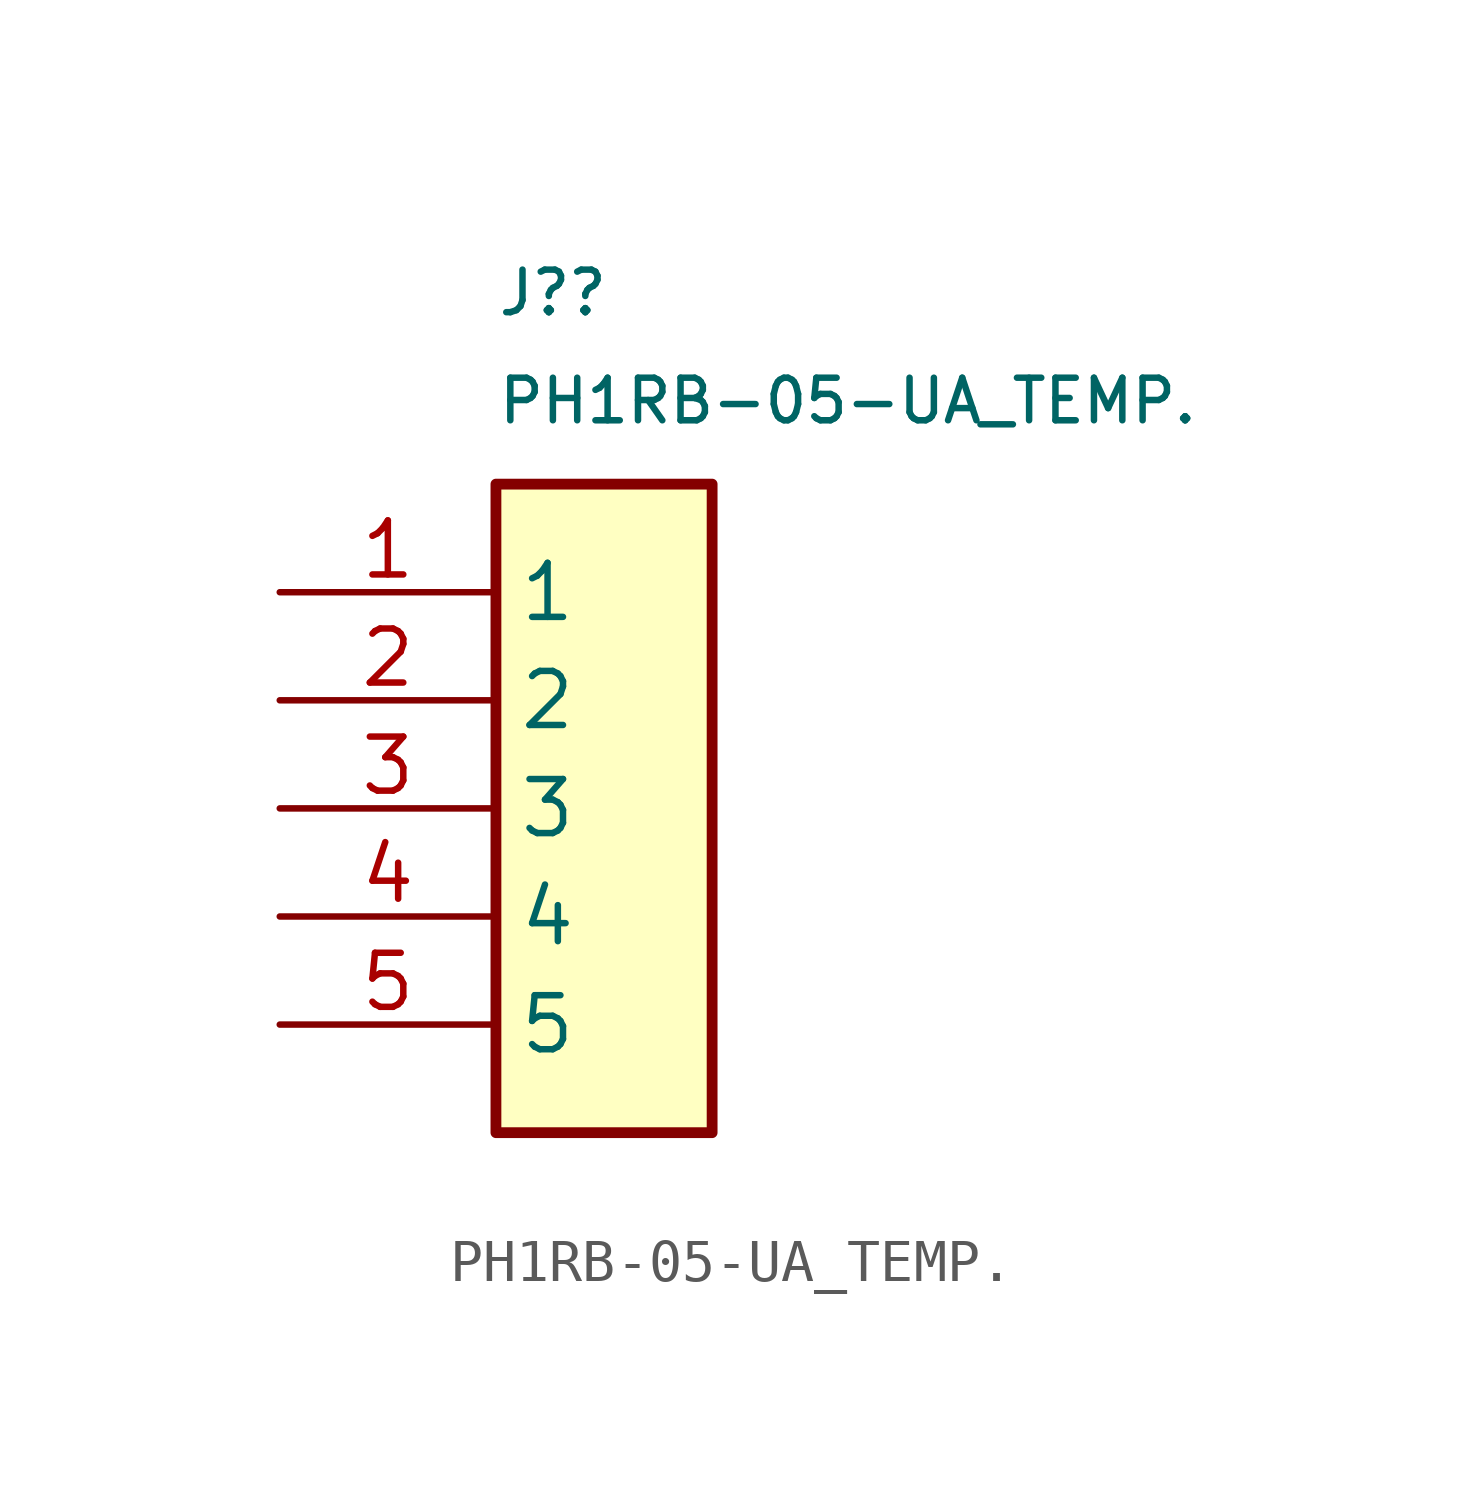
<source format=kicad_sym>
(kicad_symbol_lib
  (version 20220914)
  (generator kicad_symbol_editor)
  (symbol "PH1RB-05-UA_TEMP."
    (property "Reference" "J?"
      (at 5.08 7.62 0)
      (effects (font (size 1 1)) (justify left top)))
    (property "Value" "PH1RB-05-UA_TEMP."
      (at 5.08 5.08 0)
      (effects (font (size 1 1)) (justify left top)))
    (symbol "PH1RB-05-UA_TEMP._1_1"
      (rectangle (start 5.08 2.54) (end 10.16 -12.7) (stroke (width 0.254) (type default)) (fill (type background)))
      (pin passive line (at 0 0 0) (length 5.08) (name "1" (effects (font (size 1.27 1.27)))) (number "1" (effects (font (size 1.27 1.27)))))
      (pin passive line (at 0 -2.54 0) (length 5.08) (name "2" (effects (font (size 1.27 1.27)))) (number "2" (effects (font (size 1.27 1.27)))))
      (pin passive line (at 0 -5.08 0) (length 5.08) (name "3" (effects (font (size 1.27 1.27)))) (number "3" (effects (font (size 1.27 1.27)))))
      (pin passive line (at 0 -7.62 0) (length 5.08) (name "4" (effects (font (size 1.27 1.27)))) (number "4" (effects (font (size 1.27 1.27)))))
      (pin passive line (at 0 -10.16 0) (length 5.08) (name "5" (effects (font (size 1.27 1.27)))) (number "5" (effects (font (size 1.27 1.27))))))))
</source>
